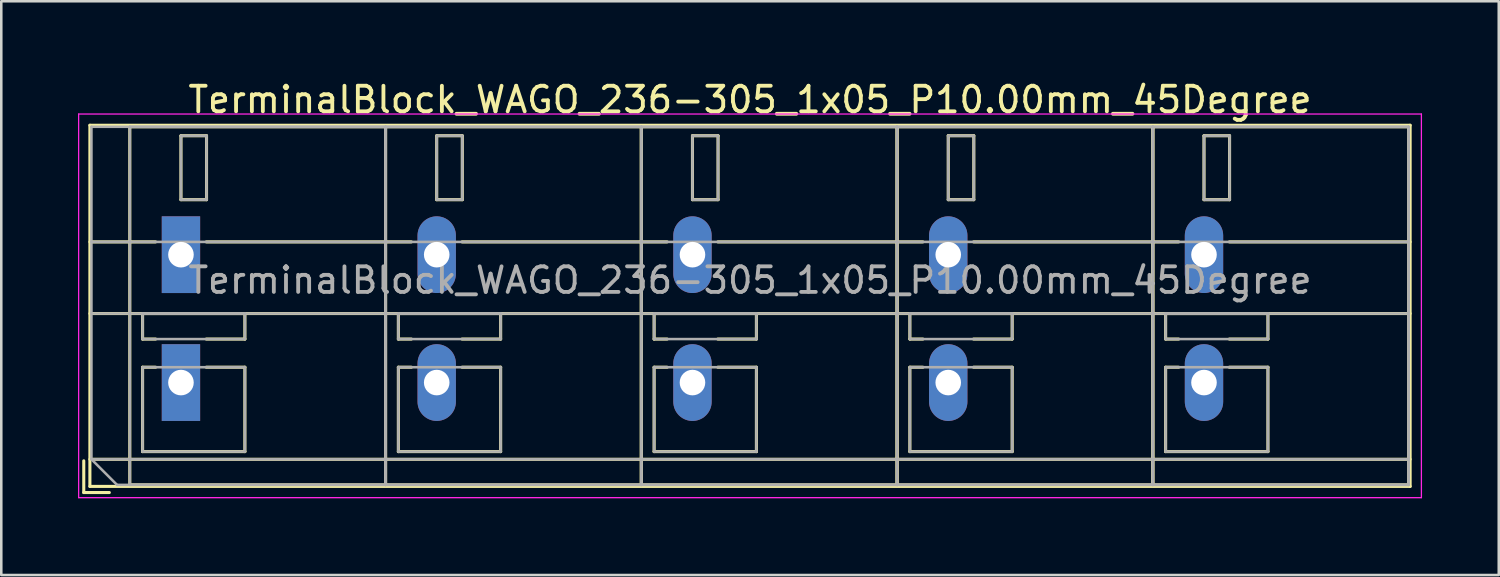
<source format=kicad_pcb>
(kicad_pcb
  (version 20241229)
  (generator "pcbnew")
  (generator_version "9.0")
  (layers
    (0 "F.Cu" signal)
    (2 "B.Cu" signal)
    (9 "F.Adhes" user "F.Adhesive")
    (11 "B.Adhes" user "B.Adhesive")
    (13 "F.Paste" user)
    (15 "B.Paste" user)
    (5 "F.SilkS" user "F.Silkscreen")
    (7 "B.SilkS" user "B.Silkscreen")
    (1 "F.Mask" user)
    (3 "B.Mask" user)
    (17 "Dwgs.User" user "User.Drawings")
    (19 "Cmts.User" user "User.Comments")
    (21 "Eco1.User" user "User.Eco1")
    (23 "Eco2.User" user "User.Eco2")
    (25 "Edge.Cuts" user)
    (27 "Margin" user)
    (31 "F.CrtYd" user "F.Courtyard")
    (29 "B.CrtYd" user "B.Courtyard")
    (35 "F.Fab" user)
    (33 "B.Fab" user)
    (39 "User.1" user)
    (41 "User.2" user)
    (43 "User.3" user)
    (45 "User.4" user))
  (footprint "TerminalBlock_WAGO_236-305_1x05_P10.00mm_45Degree"
    (layer "F.Cu")
    (at 4.025 11.908)
    (property "Reference" "TerminalBlock_WAGO_236-305_1x05_P10.00mm_45Degree" (at 22.25 -11.06 0) (layer "F.SilkS") (effects (font (size 1 1) (thickness 0.15))))
    (attr through_hole)
    (fp_line (start -3.8 3.06) (end -3.8 4.3) (stroke (width 0.12) (type solid)) (layer "F.SilkS"))
    (fp_line (start -3.8 4.3) (end -2.8 4.3) (stroke (width 0.12) (type solid)) (layer "F.SilkS"))
    (fp_line (start -3.56 -10.06) (end -3.56 4.06) (stroke (width 0.12) (type solid)) (layer "F.SilkS"))
    (fp_line (start -3.56 -10.06) (end 48.06 -10.06) (stroke (width 0.12) (type solid)) (layer "F.SilkS"))
    (fp_line (start -3.56 -5.5) (end -0.99 -5.5) (stroke (width 0.12) (type solid)) (layer "F.SilkS"))
    (fp_line (start -3.56 -2.7) (end 48.06 -2.7) (stroke (width 0.12) (type solid)) (layer "F.SilkS"))
    (fp_line (start -3.56 3) (end 48.06 3) (stroke (width 0.12) (type solid)) (layer "F.SilkS"))
    (fp_line (start -3.56 4.06) (end 48.06 4.06) (stroke (width 0.12) (type solid)) (layer "F.SilkS"))
    (fp_line (start -2 -10) (end -2 4) (stroke (width 0.12) (type solid)) (layer "F.SilkS"))
    (fp_line (start -2 -10) (end 8 -10) (stroke (width 0.12) (type solid)) (layer "F.SilkS"))
    (fp_line (start -2 4) (end 8 4) (stroke (width 0.12) (type solid)) (layer "F.SilkS"))
    (fp_line (start -1.5 -2.7) (end -1.5 -1.701) (stroke (width 0.12) (type solid)) (layer "F.SilkS"))
    (fp_line (start -1.5 -2.7) (end 2.5 -2.7) (stroke (width 0.12) (type solid)) (layer "F.SilkS"))
    (fp_line (start -1.5 -1.701) (end -0.99 -1.701) (stroke (width 0.12) (type solid)) (layer "F.SilkS"))
    (fp_line (start -1.5 -0.6) (end -1.5 2.7) (stroke (width 0.12) (type solid)) (layer "F.SilkS"))
    (fp_line (start -1.5 -0.6) (end -0.99 -0.6) (stroke (width 0.12) (type solid)) (layer "F.SilkS"))
    (fp_line (start -1.5 2.7) (end 2.5 2.7) (stroke (width 0.12) (type solid)) (layer "F.SilkS"))
    (fp_line (start 0 -9.65) (end 0 -7.15) (stroke (width 0.12) (type solid)) (layer "F.SilkS"))
    (fp_line (start 0 -9.65) (end 1 -9.65) (stroke (width 0.12) (type solid)) (layer "F.SilkS"))
    (fp_line (start 0 -7.15) (end 1 -7.15) (stroke (width 0.12) (type solid)) (layer "F.SilkS"))
    (fp_line (start 0.99 -5.5) (end 9.01 -5.5) (stroke (width 0.12) (type solid)) (layer "F.SilkS"))
    (fp_line (start 0.99 -1.701) (end 2.5 -1.701) (stroke (width 0.12) (type solid)) (layer "F.SilkS"))
    (fp_line (start 0.99 -0.6) (end 2.5 -0.6) (stroke (width 0.12) (type solid)) (layer "F.SilkS"))
    (fp_line (start 1 -9.65) (end 1 -7.15) (stroke (width 0.12) (type solid)) (layer "F.SilkS"))
    (fp_line (start 2.5 -2.7) (end 2.5 -1.701) (stroke (width 0.12) (type solid)) (layer "F.SilkS"))
    (fp_line (start 2.5 -0.6) (end 2.5 2.7) (stroke (width 0.12) (type solid)) (layer "F.SilkS"))
    (fp_line (start 8 -10) (end 8 4) (stroke (width 0.12) (type solid)) (layer "F.SilkS"))
    (fp_line (start 8 -10) (end 8 4) (stroke (width 0.12) (type solid)) (layer "F.SilkS"))
    (fp_line (start 8 -10) (end 18 -10) (stroke (width 0.12) (type solid)) (layer "F.SilkS"))
    (fp_line (start 8 4) (end 18 4) (stroke (width 0.12) (type solid)) (layer "F.SilkS"))
    (fp_line (start 8.5 -2.7) (end 8.5 -1.701) (stroke (width 0.12) (type solid)) (layer "F.SilkS"))
    (fp_line (start 8.5 -2.7) (end 12.5 -2.7) (stroke (width 0.12) (type solid)) (layer "F.SilkS"))
    (fp_line (start 8.5 -1.701) (end 9.01 -1.701) (stroke (width 0.12) (type solid)) (layer "F.SilkS"))
    (fp_line (start 8.5 -0.6) (end 8.5 2.7) (stroke (width 0.12) (type solid)) (layer "F.SilkS"))
    (fp_line (start 8.5 -0.6) (end 9.01 -0.6) (stroke (width 0.12) (type solid)) (layer "F.SilkS"))
    (fp_line (start 8.5 2.7) (end 12.5 2.7) (stroke (width 0.12) (type solid)) (layer "F.SilkS"))
    (fp_line (start 10 -9.65) (end 10 -7.15) (stroke (width 0.12) (type solid)) (layer "F.SilkS"))
    (fp_line (start 10 -9.65) (end 11 -9.65) (stroke (width 0.12) (type solid)) (layer "F.SilkS"))
    (fp_line (start 10 -7.15) (end 11 -7.15) (stroke (width 0.12) (type solid)) (layer "F.SilkS"))
    (fp_line (start 10.99 -5.5) (end 19.01 -5.5) (stroke (width 0.12) (type solid)) (layer "F.SilkS"))
    (fp_line (start 10.99 -1.701) (end 12.5 -1.701) (stroke (width 0.12) (type solid)) (layer "F.SilkS"))
    (fp_line (start 10.99 -0.6) (end 12.5 -0.6) (stroke (width 0.12) (type solid)) (layer "F.SilkS"))
    (fp_line (start 11 -9.65) (end 11 -7.15) (stroke (width 0.12) (type solid)) (layer "F.SilkS"))
    (fp_line (start 12.5 -2.7) (end 12.5 -1.701) (stroke (width 0.12) (type solid)) (layer "F.SilkS"))
    (fp_line (start 12.5 -0.6) (end 12.5 2.7) (stroke (width 0.12) (type solid)) (layer "F.SilkS"))
    (fp_line (start 18 -10) (end 18 4) (stroke (width 0.12) (type solid)) (layer "F.SilkS"))
    (fp_line (start 18 -10) (end 18 4) (stroke (width 0.12) (type solid)) (layer "F.SilkS"))
    (fp_line (start 18 -10) (end 28 -10) (stroke (width 0.12) (type solid)) (layer "F.SilkS"))
    (fp_line (start 18 4) (end 28 4) (stroke (width 0.12) (type solid)) (layer "F.SilkS"))
    (fp_line (start 18.5 -2.7) (end 18.5 -1.701) (stroke (width 0.12) (type solid)) (layer "F.SilkS"))
    (fp_line (start 18.5 -2.7) (end 22.5 -2.7) (stroke (width 0.12) (type solid)) (layer "F.SilkS"))
    (fp_line (start 18.5 -1.701) (end 19.01 -1.701) (stroke (width 0.12) (type solid)) (layer "F.SilkS"))
    (fp_line (start 18.5 -0.6) (end 18.5 2.7) (stroke (width 0.12) (type solid)) (layer "F.SilkS"))
    (fp_line (start 18.5 -0.6) (end 19.01 -0.6) (stroke (width 0.12) (type solid)) (layer "F.SilkS"))
    (fp_line (start 18.5 2.7) (end 22.5 2.7) (stroke (width 0.12) (type solid)) (layer "F.SilkS"))
    (fp_line (start 20 -9.65) (end 20 -7.15) (stroke (width 0.12) (type solid)) (layer "F.SilkS"))
    (fp_line (start 20 -9.65) (end 21 -9.65) (stroke (width 0.12) (type solid)) (layer "F.SilkS"))
    (fp_line (start 20 -7.15) (end 21 -7.15) (stroke (width 0.12) (type solid)) (layer "F.SilkS"))
    (fp_line (start 20.99 -5.5) (end 29.01 -5.5) (stroke (width 0.12) (type solid)) (layer "F.SilkS"))
    (fp_line (start 20.99 -1.701) (end 22.5 -1.701) (stroke (width 0.12) (type solid)) (layer "F.SilkS"))
    (fp_line (start 20.99 -0.6) (end 22.5 -0.6) (stroke (width 0.12) (type solid)) (layer "F.SilkS"))
    (fp_line (start 21 -9.65) (end 21 -7.15) (stroke (width 0.12) (type solid)) (layer "F.SilkS"))
    (fp_line (start 22.5 -2.7) (end 22.5 -1.701) (stroke (width 0.12) (type solid)) (layer "F.SilkS"))
    (fp_line (start 22.5 -0.6) (end 22.5 2.7) (stroke (width 0.12) (type solid)) (layer "F.SilkS"))
    (fp_line (start 28 -10) (end 28 4) (stroke (width 0.12) (type solid)) (layer "F.SilkS"))
    (fp_line (start 28 -10) (end 28 4) (stroke (width 0.12) (type solid)) (layer "F.SilkS"))
    (fp_line (start 28 -10) (end 38 -10) (stroke (width 0.12) (type solid)) (layer "F.SilkS"))
    (fp_line (start 28 4) (end 38 4) (stroke (width 0.12) (type solid)) (layer "F.SilkS"))
    (fp_line (start 28.5 -2.7) (end 28.5 -1.701) (stroke (width 0.12) (type solid)) (layer "F.SilkS"))
    (fp_line (start 28.5 -2.7) (end 32.5 -2.7) (stroke (width 0.12) (type solid)) (layer "F.SilkS"))
    (fp_line (start 28.5 -1.701) (end 29.01 -1.701) (stroke (width 0.12) (type solid)) (layer "F.SilkS"))
    (fp_line (start 28.5 -0.6) (end 28.5 2.7) (stroke (width 0.12) (type solid)) (layer "F.SilkS"))
    (fp_line (start 28.5 -0.6) (end 29.01 -0.6) (stroke (width 0.12) (type solid)) (layer "F.SilkS"))
    (fp_line (start 28.5 2.7) (end 32.5 2.7) (stroke (width 0.12) (type solid)) (layer "F.SilkS"))
    (fp_line (start 30 -9.65) (end 30 -7.15) (stroke (width 0.12) (type solid)) (layer "F.SilkS"))
    (fp_line (start 30 -9.65) (end 31 -9.65) (stroke (width 0.12) (type solid)) (layer "F.SilkS"))
    (fp_line (start 30 -7.15) (end 31 -7.15) (stroke (width 0.12) (type solid)) (layer "F.SilkS"))
    (fp_line (start 30.99 -5.5) (end 39.01 -5.5) (stroke (width 0.12) (type solid)) (layer "F.SilkS"))
    (fp_line (start 30.99 -1.701) (end 32.5 -1.701) (stroke (width 0.12) (type solid)) (layer "F.SilkS"))
    (fp_line (start 30.99 -0.6) (end 32.5 -0.6) (stroke (width 0.12) (type solid)) (layer "F.SilkS"))
    (fp_line (start 31 -9.65) (end 31 -7.15) (stroke (width 0.12) (type solid)) (layer "F.SilkS"))
    (fp_line (start 32.5 -2.7) (end 32.5 -1.701) (stroke (width 0.12) (type solid)) (layer "F.SilkS"))
    (fp_line (start 32.5 -0.6) (end 32.5 2.7) (stroke (width 0.12) (type solid)) (layer "F.SilkS"))
    (fp_line (start 38 -10) (end 38 4) (stroke (width 0.12) (type solid)) (layer "F.SilkS"))
    (fp_line (start 38 -10) (end 38 4) (stroke (width 0.12) (type solid)) (layer "F.SilkS"))
    (fp_line (start 38 -10) (end 48 -10) (stroke (width 0.12) (type solid)) (layer "F.SilkS"))
    (fp_line (start 38 4) (end 48 4) (stroke (width 0.12) (type solid)) (layer "F.SilkS"))
    (fp_line (start 38.5 -2.7) (end 38.5 -1.701) (stroke (width 0.12) (type solid)) (layer "F.SilkS"))
    (fp_line (start 38.5 -2.7) (end 42.5 -2.7) (stroke (width 0.12) (type solid)) (layer "F.SilkS"))
    (fp_line (start 38.5 -1.701) (end 39.01 -1.701) (stroke (width 0.12) (type solid)) (layer "F.SilkS"))
    (fp_line (start 38.5 -0.6) (end 38.5 2.7) (stroke (width 0.12) (type solid)) (layer "F.SilkS"))
    (fp_line (start 38.5 -0.6) (end 39.01 -0.6) (stroke (width 0.12) (type solid)) (layer "F.SilkS"))
    (fp_line (start 38.5 2.7) (end 42.5 2.7) (stroke (width 0.12) (type solid)) (layer "F.SilkS"))
    (fp_line (start 40 -9.65) (end 40 -7.15) (stroke (width 0.12) (type solid)) (layer "F.SilkS"))
    (fp_line (start 40 -9.65) (end 41 -9.65) (stroke (width 0.12) (type solid)) (layer "F.SilkS"))
    (fp_line (start 40 -7.15) (end 41 -7.15) (stroke (width 0.12) (type solid)) (layer "F.SilkS"))
    (fp_line (start 40.99 -5.5) (end 48.06 -5.5) (stroke (width 0.12) (type solid)) (layer "F.SilkS"))
    (fp_line (start 40.99 -1.701) (end 42.5 -1.701) (stroke (width 0.12) (type solid)) (layer "F.SilkS"))
    (fp_line (start 40.99 -0.6) (end 42.5 -0.6) (stroke (width 0.12) (type solid)) (layer "F.SilkS"))
    (fp_line (start 41 -9.65) (end 41 -7.15) (stroke (width 0.12) (type solid)) (layer "F.SilkS"))
    (fp_line (start 42.5 -2.7) (end 42.5 -1.701) (stroke (width 0.12) (type solid)) (layer "F.SilkS"))
    (fp_line (start 42.5 -0.6) (end 42.5 2.7) (stroke (width 0.12) (type solid)) (layer "F.SilkS"))
    (fp_line (start 48 -10) (end 48 4) (stroke (width 0.12) (type solid)) (layer "F.SilkS"))
    (fp_line (start 48.06 -10.06) (end 48.06 4.06) (stroke (width 0.12) (type solid)) (layer "F.SilkS"))
    (fp_line (start -4 -10.5) (end -4 4.5) (stroke (width 0.05) (type solid)) (layer "F.CrtYd"))
    (fp_line (start -4 4.5) (end 48.5 4.5) (stroke (width 0.05) (type solid)) (layer "F.CrtYd"))
    (fp_line (start 48.5 -10.5) (end -4 -10.5) (stroke (width 0.05) (type solid)) (layer "F.CrtYd"))
    (fp_line (start 48.5 4.5) (end 48.5 -10.5) (stroke (width 0.05) (type solid)) (layer "F.CrtYd"))
    (fp_line (start -3.5 -10) (end 48 -10) (stroke (width 0.1) (type solid)) (layer "F.Fab"))
    (fp_line (start -3.5 -5.5) (end 48 -5.5) (stroke (width 0.1) (type solid)) (layer "F.Fab"))
    (fp_line (start -3.5 -2.7) (end 48 -2.7) (stroke (width 0.1) (type solid)) (layer "F.Fab"))
    (fp_line (start -3.5 3) (end -3.5 -10) (stroke (width 0.1) (type solid)) (layer "F.Fab"))
    (fp_line (start -3.5 3) (end 48 3) (stroke (width 0.1) (type solid)) (layer "F.Fab"))
    (fp_line (start -2.5 4) (end -3.5 3) (stroke (width 0.1) (type solid)) (layer "F.Fab"))
    (fp_line (start -2 -10) (end -2 4) (stroke (width 0.1) (type solid)) (layer "F.Fab"))
    (fp_line (start -2 4) (end 8 4) (stroke (width 0.1) (type solid)) (layer "F.Fab"))
    (fp_line (start -1.5 -2.7) (end -1.5 -1.7) (stroke (width 0.1) (type solid)) (layer "F.Fab"))
    (fp_line (start -1.5 -1.7) (end 2.5 -1.7) (stroke (width 0.1) (type solid)) (layer "F.Fab"))
    (fp_line (start -1.5 -0.6) (end -1.5 2.7) (stroke (width 0.1) (type solid)) (layer "F.Fab"))
    (fp_line (start -1.5 2.7) (end 2.5 2.7) (stroke (width 0.1) (type solid)) (layer "F.Fab"))
    (fp_line (start 0 -9.65) (end 0 -7.15) (stroke (width 0.1) (type solid)) (layer "F.Fab"))
    (fp_line (start 0 -7.15) (end 1 -7.15) (stroke (width 0.1) (type solid)) (layer "F.Fab"))
    (fp_line (start 1 -9.65) (end 0 -9.65) (stroke (width 0.1) (type solid)) (layer "F.Fab"))
    (fp_line (start 1 -7.15) (end 1 -9.65) (stroke (width 0.1) (type solid)) (layer "F.Fab"))
    (fp_line (start 2.5 -2.7) (end -1.5 -2.7) (stroke (width 0.1) (type solid)) (layer "F.Fab"))
    (fp_line (start 2.5 -1.7) (end 2.5 -2.7) (stroke (width 0.1) (type solid)) (layer "F.Fab"))
    (fp_line (start 2.5 -0.6) (end -1.5 -0.6) (stroke (width 0.1) (type solid)) (layer "F.Fab"))
    (fp_line (start 2.5 2.7) (end 2.5 -0.6) (stroke (width 0.1) (type solid)) (layer "F.Fab"))
    (fp_line (start 8 -10) (end -2 -10) (stroke (width 0.1) (type solid)) (layer "F.Fab"))
    (fp_line (start 8 -10) (end 8 4) (stroke (width 0.1) (type solid)) (layer "F.Fab"))
    (fp_line (start 8 4) (end 8 -10) (stroke (width 0.1) (type solid)) (layer "F.Fab"))
    (fp_line (start 8 4) (end 18 4) (stroke (width 0.1) (type solid)) (layer "F.Fab"))
    (fp_line (start 8.5 -2.7) (end 8.5 -1.7) (stroke (width 0.1) (type solid)) (layer "F.Fab"))
    (fp_line (start 8.5 -1.7) (end 12.5 -1.7) (stroke (width 0.1) (type solid)) (layer "F.Fab"))
    (fp_line (start 8.5 -0.6) (end 8.5 2.7) (stroke (width 0.1) (type solid)) (layer "F.Fab"))
    (fp_line (start 8.5 2.7) (end 12.5 2.7) (stroke (width 0.1) (type solid)) (layer "F.Fab"))
    (fp_line (start 10 -9.65) (end 10 -7.15) (stroke (width 0.1) (type solid)) (layer "F.Fab"))
    (fp_line (start 10 -7.15) (end 11 -7.15) (stroke (width 0.1) (type solid)) (layer "F.Fab"))
    (fp_line (start 11 -9.65) (end 10 -9.65) (stroke (width 0.1) (type solid)) (layer "F.Fab"))
    (fp_line (start 11 -7.15) (end 11 -9.65) (stroke (width 0.1) (type solid)) (layer "F.Fab"))
    (fp_line (start 12.5 -2.7) (end 8.5 -2.7) (stroke (width 0.1) (type solid)) (layer "F.Fab"))
    (fp_line (start 12.5 -1.7) (end 12.5 -2.7) (stroke (width 0.1) (type solid)) (layer "F.Fab"))
    (fp_line (start 12.5 -0.6) (end 8.5 -0.6) (stroke (width 0.1) (type solid)) (layer "F.Fab"))
    (fp_line (start 12.5 2.7) (end 12.5 -0.6) (stroke (width 0.1) (type solid)) (layer "F.Fab"))
    (fp_line (start 18 -10) (end 8 -10) (stroke (width 0.1) (type solid)) (layer "F.Fab"))
    (fp_line (start 18 -10) (end 18 4) (stroke (width 0.1) (type solid)) (layer "F.Fab"))
    (fp_line (start 18 4) (end 18 -10) (stroke (width 0.1) (type solid)) (layer "F.Fab"))
    (fp_line (start 18 4) (end 28 4) (stroke (width 0.1) (type solid)) (layer "F.Fab"))
    (fp_line (start 18.5 -2.7) (end 18.5 -1.7) (stroke (width 0.1) (type solid)) (layer "F.Fab"))
    (fp_line (start 18.5 -1.7) (end 22.5 -1.7) (stroke (width 0.1) (type solid)) (layer "F.Fab"))
    (fp_line (start 18.5 -0.6) (end 18.5 2.7) (stroke (width 0.1) (type solid)) (layer "F.Fab"))
    (fp_line (start 18.5 2.7) (end 22.5 2.7) (stroke (width 0.1) (type solid)) (layer "F.Fab"))
    (fp_line (start 20 -9.65) (end 20 -7.15) (stroke (width 0.1) (type solid)) (layer "F.Fab"))
    (fp_line (start 20 -7.15) (end 21 -7.15) (stroke (width 0.1) (type solid)) (layer "F.Fab"))
    (fp_line (start 21 -9.65) (end 20 -9.65) (stroke (width 0.1) (type solid)) (layer "F.Fab"))
    (fp_line (start 21 -7.15) (end 21 -9.65) (stroke (width 0.1) (type solid)) (layer "F.Fab"))
    (fp_line (start 22.5 -2.7) (end 18.5 -2.7) (stroke (width 0.1) (type solid)) (layer "F.Fab"))
    (fp_line (start 22.5 -1.7) (end 22.5 -2.7) (stroke (width 0.1) (type solid)) (layer "F.Fab"))
    (fp_line (start 22.5 -0.6) (end 18.5 -0.6) (stroke (width 0.1) (type solid)) (layer "F.Fab"))
    (fp_line (start 22.5 2.7) (end 22.5 -0.6) (stroke (width 0.1) (type solid)) (layer "F.Fab"))
    (fp_line (start 28 -10) (end 18 -10) (stroke (width 0.1) (type solid)) (layer "F.Fab"))
    (fp_line (start 28 -10) (end 28 4) (stroke (width 0.1) (type solid)) (layer "F.Fab"))
    (fp_line (start 28 4) (end 28 -10) (stroke (width 0.1) (type solid)) (layer "F.Fab"))
    (fp_line (start 28 4) (end 38 4) (stroke (width 0.1) (type solid)) (layer "F.Fab"))
    (fp_line (start 28.5 -2.7) (end 28.5 -1.7) (stroke (width 0.1) (type solid)) (layer "F.Fab"))
    (fp_line (start 28.5 -1.7) (end 32.5 -1.7) (stroke (width 0.1) (type solid)) (layer "F.Fab"))
    (fp_line (start 28.5 -0.6) (end 28.5 2.7) (stroke (width 0.1) (type solid)) (layer "F.Fab"))
    (fp_line (start 28.5 2.7) (end 32.5 2.7) (stroke (width 0.1) (type solid)) (layer "F.Fab"))
    (fp_line (start 30 -9.65) (end 30 -7.15) (stroke (width 0.1) (type solid)) (layer "F.Fab"))
    (fp_line (start 30 -7.15) (end 31 -7.15) (stroke (width 0.1) (type solid)) (layer "F.Fab"))
    (fp_line (start 31 -9.65) (end 30 -9.65) (stroke (width 0.1) (type solid)) (layer "F.Fab"))
    (fp_line (start 31 -7.15) (end 31 -9.65) (stroke (width 0.1) (type solid)) (layer "F.Fab"))
    (fp_line (start 32.5 -2.7) (end 28.5 -2.7) (stroke (width 0.1) (type solid)) (layer "F.Fab"))
    (fp_line (start 32.5 -1.7) (end 32.5 -2.7) (stroke (width 0.1) (type solid)) (layer "F.Fab"))
    (fp_line (start 32.5 -0.6) (end 28.5 -0.6) (stroke (width 0.1) (type solid)) (layer "F.Fab"))
    (fp_line (start 32.5 2.7) (end 32.5 -0.6) (stroke (width 0.1) (type solid)) (layer "F.Fab"))
    (fp_line (start 38 -10) (end 28 -10) (stroke (width 0.1) (type solid)) (layer "F.Fab"))
    (fp_line (start 38 -10) (end 38 4) (stroke (width 0.1) (type solid)) (layer "F.Fab"))
    (fp_line (start 38 4) (end 38 -10) (stroke (width 0.1) (type solid)) (layer "F.Fab"))
    (fp_line (start 38 4) (end 48 4) (stroke (width 0.1) (type solid)) (layer "F.Fab"))
    (fp_line (start 38.5 -2.7) (end 38.5 -1.7) (stroke (width 0.1) (type solid)) (layer "F.Fab"))
    (fp_line (start 38.5 -1.7) (end 42.5 -1.7) (stroke (width 0.1) (type solid)) (layer "F.Fab"))
    (fp_line (start 38.5 -0.6) (end 38.5 2.7) (stroke (width 0.1) (type solid)) (layer "F.Fab"))
    (fp_line (start 38.5 2.7) (end 42.5 2.7) (stroke (width 0.1) (type solid)) (layer "F.Fab"))
    (fp_line (start 40 -9.65) (end 40 -7.15) (stroke (width 0.1) (type solid)) (layer "F.Fab"))
    (fp_line (start 40 -7.15) (end 41 -7.15) (stroke (width 0.1) (type solid)) (layer "F.Fab"))
    (fp_line (start 41 -9.65) (end 40 -9.65) (stroke (width 0.1) (type solid)) (layer "F.Fab"))
    (fp_line (start 41 -7.15) (end 41 -9.65) (stroke (width 0.1) (type solid)) (layer "F.Fab"))
    (fp_line (start 42.5 -2.7) (end 38.5 -2.7) (stroke (width 0.1) (type solid)) (layer "F.Fab"))
    (fp_line (start 42.5 -1.7) (end 42.5 -2.7) (stroke (width 0.1) (type solid)) (layer "F.Fab"))
    (fp_line (start 42.5 -0.6) (end 38.5 -0.6) (stroke (width 0.1) (type solid)) (layer "F.Fab"))
    (fp_line (start 42.5 2.7) (end 42.5 -0.6) (stroke (width 0.1) (type solid)) (layer "F.Fab"))
    (fp_line (start 48 -10) (end 38 -10) (stroke (width 0.1) (type solid)) (layer "F.Fab"))
    (fp_line (start 48 -10) (end 48 4) (stroke (width 0.1) (type solid)) (layer "F.Fab"))
    (fp_line (start 48 4) (end -2.5 4) (stroke (width 0.1) (type solid)) (layer "F.Fab"))
    (fp_line (start 48 4) (end 48 -10) (stroke (width 0.1) (type solid)) (layer "F.Fab"))
    (fp_text user "${REFERENCE}" (at 22.25 -4 0) (layer "F.Fab") (effects (font (size 1 1) (thickness 0.15))))
    (pad "1" thru_hole rect (at 0 -5) (size 1.5 3) (drill 1) (layers "*.Cu" "*.Mask"))
    (pad "1" thru_hole rect (at 0 0) (size 1.5 3) (drill 1) (layers "*.Cu" "*.Mask"))
    (pad "2" thru_hole oval (at 10 -5) (size 1.5 3) (drill 1) (layers "*.Cu" "*.Mask"))
    (pad "2" thru_hole oval (at 10 0) (size 1.5 3) (drill 1) (layers "*.Cu" "*.Mask"))
    (pad "3" thru_hole oval (at 20 -5) (size 1.5 3) (drill 1) (layers "*.Cu" "*.Mask"))
    (pad "3" thru_hole oval (at 20 0) (size 1.5 3) (drill 1) (layers "*.Cu" "*.Mask"))
    (pad "4" thru_hole oval (at 30 -5) (size 1.5 3) (drill 1) (layers "*.Cu" "*.Mask"))
    (pad "4" thru_hole oval (at 30 0) (size 1.5 3) (drill 1) (layers "*.Cu" "*.Mask"))
    (pad "5" thru_hole oval (at 40 -5) (size 1.5 3) (drill 1) (layers "*.Cu" "*.Mask"))
    (pad "5" thru_hole oval (at 40 0) (size 1.5 3) (drill 1) (layers "*.Cu" "*.Mask")))
  (gr_rect
    (start -3 -3)
    (end 55.55 19.433)
    (stroke (width 0.1) (type default))
    (fill no)
    (layer "Edge.Cuts")))
</source>
